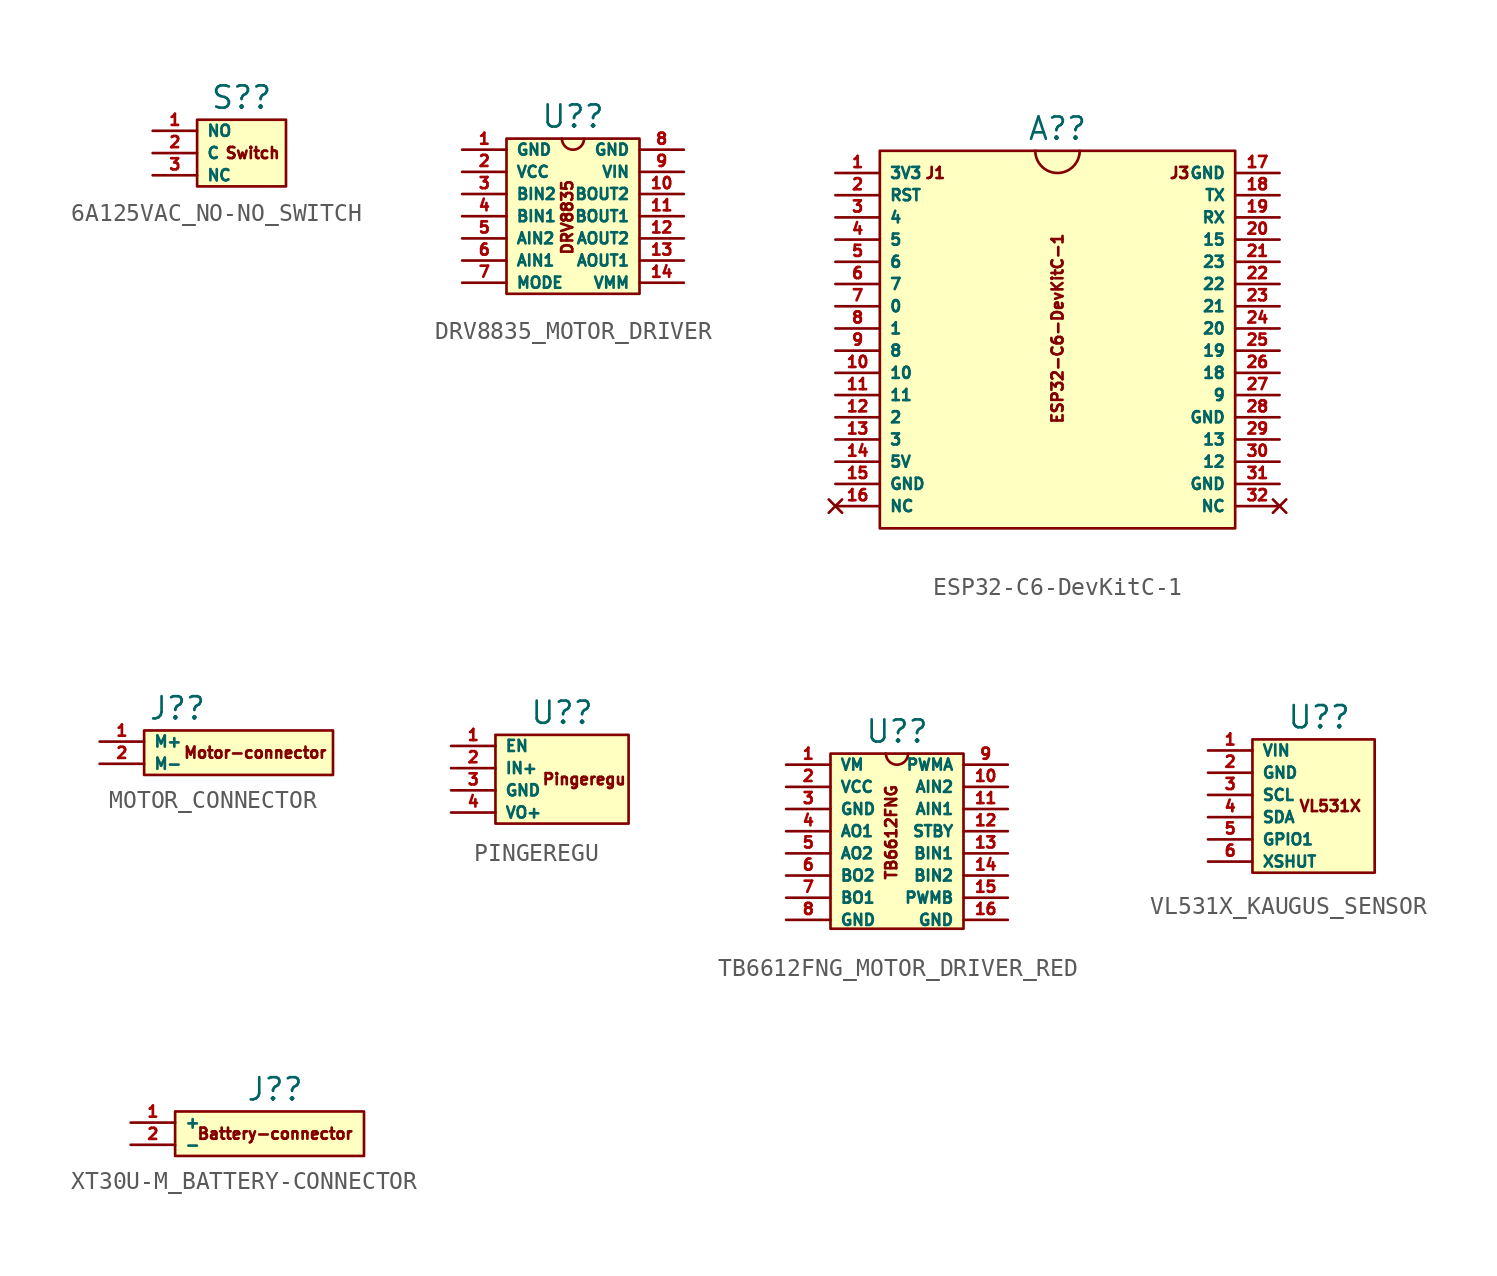
<source format=kicad_sym>
(kicad_symbol_lib
  (version 20241209)
  (generator "kicad_symbol_editor")
  (generator_version "9.0")
  (symbol "6A125VAC_NO-NO_SWITCH"
    (property "Reference" "S?"
      (at 2.54 1.905 0)
      (effects (font (size 1.27 1.27))))
    (property "Value" ""
      (at 0 0 0)
      (effects (font (size 1.27 1.27))))
    (symbol "6A125VAC_NO-NO_SWITCH_1_1"
      (rectangle (start 0 0.635) (end 5.08 -3.175) (stroke (width 0) (type default)) (fill (type background)))
      (text "Switch" (at 3.175 -1.27 0) (effects (font (size 0.635 0.635))))
      (pin passive line (at -2.54 0 0) (length 2.54) (name "NO" (effects (font (size 0.635 0.635)))) (number "1" (effects (font (size 0.635 0.635)))))
      (pin passive line (at -2.54 -1.27 0) (length 2.54) (name "C" (effects (font (size 0.635 0.635)))) (number "2" (effects (font (size 0.635 0.635)))))
      (pin passive line (at -2.54 -2.54 0) (length 2.54) (name "NC" (effects (font (size 0.635 0.635)))) (number "3" (effects (font (size 0.635 0.635)))))))
  (symbol "DRV8835_MOTOR_DRIVER"
    (property "Reference" "U?"
      (at 0 1.905 0)
      (effects (font (size 1.27 1.27))))
    (property "Value" ""
      (at 0 3.175 0)
      (effects (font (size 1.27 1.27))))
    (symbol "DRV8835_MOTOR_DRIVER_1_1"
      (rectangle (start -3.81 0.635) (end 3.81 -8.255) (stroke (width 0) (type default)) (fill (type background)))
      (arc (start 0.635 0.635) (mid 0 0) (end -0.635 0.635) (stroke (width 0) (type default)) (fill (type none)))
      (text "DRV8835" (at -0.33 -3.871 900) (effects (font (size 0.635 0.635))))
      (pin power_in line (at -6.35 0 0) (length 2.54) (name "GND" (effects (font (size 0.635 0.635)))) (number "1" (effects (font (size 0.635 0.635)))))
      (pin power_in line (at -6.35 -1.27 0) (length 2.54) (name "VCC" (effects (font (size 0.635 0.635)))) (number "2" (effects (font (size 0.635 0.635)))))
      (pin input line (at -6.35 -2.54 0) (length 2.54) (name "BIN2" (effects (font (size 0.635 0.635)))) (number "3" (effects (font (size 0.635 0.635)))))
      (pin input line (at -6.35 -3.81 0) (length 2.54) (name "BIN1" (effects (font (size 0.635 0.635)))) (number "4" (effects (font (size 0.635 0.635)))))
      (pin input line (at -6.35 -5.08 0) (length 2.54) (name "AIN2" (effects (font (size 0.635 0.635)))) (number "5" (effects (font (size 0.635 0.635)))))
      (pin input line (at -6.35 -6.35 0) (length 2.54) (name "AIN1" (effects (font (size 0.635 0.635)))) (number "6" (effects (font (size 0.635 0.635)))))
      (pin input line (at -6.35 -7.62 0) (length 2.54) (name "MODE" (effects (font (size 0.635 0.635)))) (number "7" (effects (font (size 0.635 0.635)))))
      (pin power_in line (at 6.35 0 180) (length 2.54) (name "GND" (effects (font (size 0.635 0.635)))) (number "8" (effects (font (size 0.635 0.635)))))
      (pin power_in line (at 6.35 -1.27 180) (length 2.54) (name "VIN" (effects (font (size 0.635 0.635)))) (number "9" (effects (font (size 0.635 0.635)))))
      (pin output line (at 6.35 -2.54 180) (length 2.54) (name "BOUT2" (effects (font (size 0.635 0.635)))) (number "10" (effects (font (size 0.635 0.635)))))
      (pin output line (at 6.35 -3.81 180) (length 2.54) (name "BOUT1" (effects (font (size 0.635 0.635)))) (number "11" (effects (font (size 0.635 0.635)))))
      (pin output line (at 6.35 -5.08 180) (length 2.54) (name "AOUT2" (effects (font (size 0.635 0.635)))) (number "12" (effects (font (size 0.635 0.635)))))
      (pin output line (at 6.35 -6.35 180) (length 2.54) (name "AOUT1" (effects (font (size 0.635 0.635)))) (number "13" (effects (font (size 0.635 0.635)))))
      (pin passive line (at 6.35 -7.62 180) (length 2.54) (name "VMM" (effects (font (size 0.635 0.635)))) (number "14" (effects (font (size 0.635 0.635)))))))
  (symbol "ESP32-C6-DevKitC-1"
    (property "Reference" "A?"
      (at 0 1.27 0)
      (effects (font (size 1.27 1.27))))
    (property "Value" ""
      (at 0 0 0)
      (effects (font (size 1.27 1.27))))
    (symbol "ESP32-C6-DevKitC-1_1_1"
      (rectangle (start -10.16 0) (end 10.16 -21.59) (stroke (width 0) (type default)) (fill (type background)))
      (arc (start 1.27 0) (mid 0 -1.27) (end -1.27 0) (stroke (width 0) (type default)) (fill (type none)))
      (text "J1" (at -6.985 -1.27 0) (effects (font (size 0.635 0.635))))
      (text "ESP32-C6-DevKitC-1" (at 0 -10.16 900) (effects (font (size 0.635 0.635))))
      (text "J3" (at 6.985 -1.27 0) (effects (font (size 0.635 0.635))))
      (pin power_in line (at -12.7 -1.27 0) (length 2.54) (name "3V3" (effects (font (size 0.635 0.635)))) (number "1" (effects (font (size 0.635 0.635)))))
      (pin input line (at -12.7 -2.54 0) (length 2.54) (name "RST" (effects (font (size 0.635 0.635)))) (number "2" (effects (font (size 0.635 0.635)))))
      (pin bidirectional line (at -12.7 -3.81 0) (length 2.54) (name "4" (effects (font (size 0.635 0.635)))) (number "3" (effects (font (size 0.635 0.635)))))
      (pin bidirectional line (at -12.7 -5.08 0) (length 2.54) (name "5" (effects (font (size 0.635 0.635)))) (number "4" (effects (font (size 0.635 0.635)))))
      (pin bidirectional line (at -12.7 -6.35 0) (length 2.54) (name "6" (effects (font (size 0.635 0.635)))) (number "5" (effects (font (size 0.635 0.635)))))
      (pin bidirectional line (at -12.7 -7.62 0) (length 2.54) (name "7" (effects (font (size 0.635 0.635)))) (number "6" (effects (font (size 0.635 0.635)))))
      (pin bidirectional line (at -12.7 -8.89 0) (length 2.54) (name "0" (effects (font (size 0.635 0.635)))) (number "7" (effects (font (size 0.635 0.635)))))
      (pin bidirectional line (at -12.7 -10.16 0) (length 2.54) (name "1" (effects (font (size 0.635 0.635)))) (number "8" (effects (font (size 0.635 0.635)))))
      (pin bidirectional line (at -12.7 -11.43 0) (length 2.54) (name "8" (effects (font (size 0.635 0.635)))) (number "9" (effects (font (size 0.635 0.635)))))
      (pin bidirectional line (at -12.7 -12.7 0) (length 2.54) (name "10" (effects (font (size 0.635 0.635)))) (number "10" (effects (font (size 0.635 0.635)))))
      (pin bidirectional line (at -12.7 -13.97 0) (length 2.54) (name "11" (effects (font (size 0.635 0.635)))) (number "11" (effects (font (size 0.635 0.635)))))
      (pin bidirectional line (at -12.7 -15.24 0) (length 2.54) (name "2" (effects (font (size 0.635 0.635)))) (number "12" (effects (font (size 0.635 0.635)))))
      (pin bidirectional line (at -12.7 -16.51 0) (length 2.54) (name "3" (effects (font (size 0.635 0.635)))) (number "13" (effects (font (size 0.635 0.635)))))
      (pin power_in line (at -12.7 -17.78 0) (length 2.54) (name "5V" (effects (font (size 0.635 0.635)))) (number "14" (effects (font (size 0.635 0.635)))))
      (pin power_in line (at -12.7 -19.05 0) (length 2.54) (name "GND" (effects (font (size 0.635 0.635)))) (number "15" (effects (font (size 0.635 0.635)))))
      (pin no_connect line (at -12.7 -20.32 0) (length 2.54) (name "NC" (effects (font (size 0.635 0.635)))) (number "16" (effects (font (size 0.635 0.635)))))
      (pin power_in line (at 12.7 -1.27 180) (length 2.54) (name "GND" (effects (font (size 0.635 0.635)))) (number "17" (effects (font (size 0.635 0.635)))))
      (pin output line (at 12.7 -2.54 180) (length 2.54) (name "TX" (effects (font (size 0.635 0.635)))) (number "18" (effects (font (size 0.635 0.635)))))
      (pin input line (at 12.7 -3.81 180) (length 2.54) (name "RX" (effects (font (size 0.635 0.635)))) (number "19" (effects (font (size 0.635 0.635)))))
      (pin bidirectional line (at 12.7 -5.08 180) (length 2.54) (name "15" (effects (font (size 0.635 0.635)))) (number "20" (effects (font (size 0.635 0.635)))))
      (pin bidirectional line (at 12.7 -6.35 180) (length 2.54) (name "23" (effects (font (size 0.635 0.635)))) (number "21" (effects (font (size 0.635 0.635)))))
      (pin bidirectional line (at 12.7 -7.62 180) (length 2.54) (name "22" (effects (font (size 0.635 0.635)))) (number "22" (effects (font (size 0.635 0.635)))))
      (pin bidirectional line (at 12.7 -8.89 180) (length 2.54) (name "21" (effects (font (size 0.635 0.635)))) (number "23" (effects (font (size 0.635 0.635)))))
      (pin bidirectional line (at 12.7 -10.16 180) (length 2.54) (name "20" (effects (font (size 0.635 0.635)))) (number "24" (effects (font (size 0.635 0.635)))))
      (pin bidirectional line (at 12.7 -11.43 180) (length 2.54) (name "19" (effects (font (size 0.635 0.635)))) (number "25" (effects (font (size 0.635 0.635)))))
      (pin bidirectional line (at 12.7 -12.7 180) (length 2.54) (name "18" (effects (font (size 0.635 0.635)))) (number "26" (effects (font (size 0.635 0.635)))))
      (pin bidirectional line (at 12.7 -13.97 180) (length 2.54) (name "9" (effects (font (size 0.635 0.635)))) (number "27" (effects (font (size 0.635 0.635)))))
      (pin power_in line (at 12.7 -15.24 180) (length 2.54) (name "GND" (effects (font (size 0.635 0.635)))) (number "28" (effects (font (size 0.635 0.635)))))
      (pin bidirectional line (at 12.7 -16.51 180) (length 2.54) (name "13" (effects (font (size 0.635 0.635)))) (number "29" (effects (font (size 0.635 0.635)))))
      (pin bidirectional line (at 12.7 -17.78 180) (length 2.54) (name "12" (effects (font (size 0.635 0.635)))) (number "30" (effects (font (size 0.635 0.635)))))
      (pin power_in line (at 12.7 -19.05 180) (length 2.54) (name "GND" (effects (font (size 0.635 0.635)))) (number "31" (effects (font (size 0.635 0.635)))))
      (pin no_connect line (at 12.7 -20.32 180) (length 2.54) (name "NC" (effects (font (size 0.635 0.635)))) (number "32" (effects (font (size 0.635 0.635)))))))
  (symbol "MOTOR_CONNECTOR"
    (property "Reference" "J?"
      (at 1.905 1.905 0)
      (effects (font (size 1.27 1.27))))
    (property "Value" ""
      (at 0 0 0)
      (effects (font (size 1.27 1.27))))
    (symbol "MOTOR_CONNECTOR_1_1"
      (rectangle (start 0 0.635) (end 10.795 -1.905) (stroke (width 0) (type default)) (fill (type background)))
      (text "Motor-connector" (at 6.35 -0.635 0) (effects (font (size 0.635 0.635))))
      (pin input line (at -2.54 0 0) (length 2.54) (name "M+" (effects (font (size 0.635 0.635)))) (number "1" (effects (font (size 0.635 0.635)))))
      (pin input line (at -2.54 -1.27 0) (length 2.54) (name "M-" (effects (font (size 0.635 0.635)))) (number "2" (effects (font (size 0.635 0.635)))))))
  (symbol "PINGEREGU"
    (property "Reference" "U?"
      (at 3.81 1.905 0)
      (effects (font (size 1.27 1.27))))
    (property "Value" ""
      (at 0 1.905 0)
      (effects (font (size 1.27 1.27))))
    (symbol "PINGEREGU_1_1"
      (rectangle (start 0 0.635) (end 7.62 -4.445) (stroke (width 0) (type default)) (fill (type background)))
      (text "Pingeregu" (at 5.08 -1.905 0) (effects (font (size 0.635 0.635))))
      (pin input line (at -2.54 0 0) (length 2.54) (name "EN" (effects (font (size 0.635 0.635)))) (number "1" (effects (font (size 0.635 0.635)))))
      (pin power_in line (at -2.54 -1.27 0) (length 2.54) (name "IN+" (effects (font (size 0.635 0.635)))) (number "2" (effects (font (size 0.635 0.635)))))
      (pin power_in line (at -2.54 -2.54 0) (length 2.54) (name "GND" (effects (font (size 0.635 0.635)))) (number "3" (effects (font (size 0.635 0.635)))))
      (pin power_out line (at -2.54 -3.81 0) (length 2.54) (name "VO+" (effects (font (size 0.635 0.635)))) (number "4" (effects (font (size 0.635 0.635)))))))
  (symbol "TB6612FNG_MOTOR_DRIVER_RED"
    (property "Reference" "U?"
      (at 0 1.905 0)
      (effects (font (size 1.27 1.27))))
    (property "Value" ""
      (at 0 3.175 0)
      (effects (font (size 1.27 1.27))))
    (symbol "TB6612FNG_MOTOR_DRIVER_RED_1_1"
      (rectangle (start -3.81 0.635) (end 3.81 -9.398) (stroke (width 0) (type default)) (fill (type background)))
      (arc (start 0.635 0.635) (mid 0 0) (end -0.635 0.635) (stroke (width 0) (type default)) (fill (type none)))
      (text "TB6612FNG" (at -0.33 -3.871 900) (effects (font (size 0.635 0.635))))
      (pin power_in line (at -6.35 0 0) (length 2.54) (name "VM" (effects (font (size 0.635 0.635)))) (number "1" (effects (font (size 0.635 0.635)))))
      (pin power_in line (at -6.35 -1.27 0) (length 2.54) (name "VCC" (effects (font (size 0.635 0.635)))) (number "2" (effects (font (size 0.635 0.635)))))
      (pin power_in line (at -6.35 -2.54 0) (length 2.54) (name "GND" (effects (font (size 0.635 0.635)))) (number "3" (effects (font (size 0.635 0.635)))))
      (pin passive line (at -6.35 -3.81 0) (length 2.54) (name "AO1" (effects (font (size 0.635 0.635)))) (number "4" (effects (font (size 0.635 0.635)))))
      (pin passive line (at -6.35 -5.08 0) (length 2.54) (name "AO2" (effects (font (size 0.635 0.635)))) (number "5" (effects (font (size 0.635 0.635)))))
      (pin passive line (at -6.35 -6.35 0) (length 2.54) (name "BO2" (effects (font (size 0.635 0.635)))) (number "6" (effects (font (size 0.635 0.635)))))
      (pin passive line (at -6.35 -7.62 0) (length 2.54) (name "BO1" (effects (font (size 0.635 0.635)))) (number "7" (effects (font (size 0.635 0.635)))))
      (pin power_in line (at -6.35 -8.89 0) (length 2.54) (name "GND" (effects (font (size 0.635 0.635)))) (number "8" (effects (font (size 0.635 0.635)))))
      (pin passive line (at 6.35 0 180) (length 2.54) (name "PWMA" (effects (font (size 0.635 0.635)))) (number "9" (effects (font (size 0.635 0.635)))))
      (pin passive line (at 6.35 -1.27 180) (length 2.54) (name "AIN2" (effects (font (size 0.635 0.635)))) (number "10" (effects (font (size 0.635 0.635)))))
      (pin passive line (at 6.35 -2.54 180) (length 2.54) (name "AIN1" (effects (font (size 0.635 0.635)))) (number "11" (effects (font (size 0.635 0.635)))))
      (pin passive line (at 6.35 -3.81 180) (length 2.54) (name "STBY" (effects (font (size 0.635 0.635)))) (number "12" (effects (font (size 0.635 0.635)))))
      (pin passive line (at 6.35 -5.08 180) (length 2.54) (name "BIN1" (effects (font (size 0.635 0.635)))) (number "13" (effects (font (size 0.635 0.635)))))
      (pin passive line (at 6.35 -6.35 180) (length 2.54) (name "BIN2" (effects (font (size 0.635 0.635)))) (number "14" (effects (font (size 0.635 0.635)))))
      (pin passive line (at 6.35 -7.62 180) (length 2.54) (name "PWMB" (effects (font (size 0.635 0.635)))) (number "15" (effects (font (size 0.635 0.635)))))
      (pin power_in line (at 6.35 -8.89 180) (length 2.54) (name "GND" (effects (font (size 0.635 0.635)))) (number "16" (effects (font (size 0.635 0.635)))))))
  (symbol "VL531X_KAUGUS_SENSOR"
    (property "Reference" "U?"
      (at 3.81 1.905 0)
      (effects (font (size 1.27 1.27))))
    (property "Value" ""
      (at 0 0 0)
      (effects (font (size 1.27 1.27))))
    (symbol "VL531X_KAUGUS_SENSOR_1_1"
      (rectangle (start 0 0.635) (end 6.985 -6.985) (stroke (width 0) (type default)) (fill (type background)))
      (text "VL531X" (at 4.445 -3.175 0) (effects (font (size 0.635 0.635))))
      (pin power_in line (at -2.54 0 0) (length 2.54) (name "VIN" (effects (font (size 0.635 0.635)))) (number "1" (effects (font (size 0.635 0.635)))))
      (pin power_in line (at -2.54 -1.27 0) (length 2.54) (name "GND" (effects (font (size 0.635 0.635)))) (number "2" (effects (font (size 0.635 0.635)))))
      (pin input line (at -2.54 -2.54 0) (length 2.54) (name "SCL" (effects (font (size 0.635 0.635)))) (number "3" (effects (font (size 0.635 0.635)))))
      (pin bidirectional line (at -2.54 -3.81 0) (length 2.54) (name "SDA" (effects (font (size 0.635 0.635)))) (number "4" (effects (font (size 0.635 0.635)))))
      (pin output line (at -2.54 -5.08 0) (length 2.54) (name "GPIO1" (effects (font (size 0.635 0.635)))) (number "5" (effects (font (size 0.635 0.635)))))
      (pin input line (at -2.54 -6.35 0) (length 2.54) (name "XSHUT" (effects (font (size 0.635 0.635)))) (number "6" (effects (font (size 0.635 0.635)))))))
  (symbol "XT30U-M_BATTERY-CONNECTOR"
    (property "Reference" "J?"
      (at 5.715 1.905 0)
      (effects (font (size 1.27 1.27))))
    (property "Value" ""
      (at 0 0 0)
      (effects (font (size 1.27 1.27))))
    (symbol "XT30U-M_BATTERY-CONNECTOR_1_1"
      (rectangle (start 0 0.635) (end 10.795 -1.905) (stroke (width 0) (type default)) (fill (type background)))
      (text "Battery-connector" (at 5.715 -0.635 0) (effects (font (size 0.635 0.635))))
      (pin power_in line (at -2.54 0 0) (length 2.54) (name "+" (effects (font (size 0.635 0.635)))) (number "1" (effects (font (size 0.635 0.635)))))
      (pin power_in line (at -2.54 -1.27 0) (length 2.54) (name "-" (effects (font (size 0.635 0.635)))) (number "2" (effects (font (size 0.635 0.635))))))))
</source>
